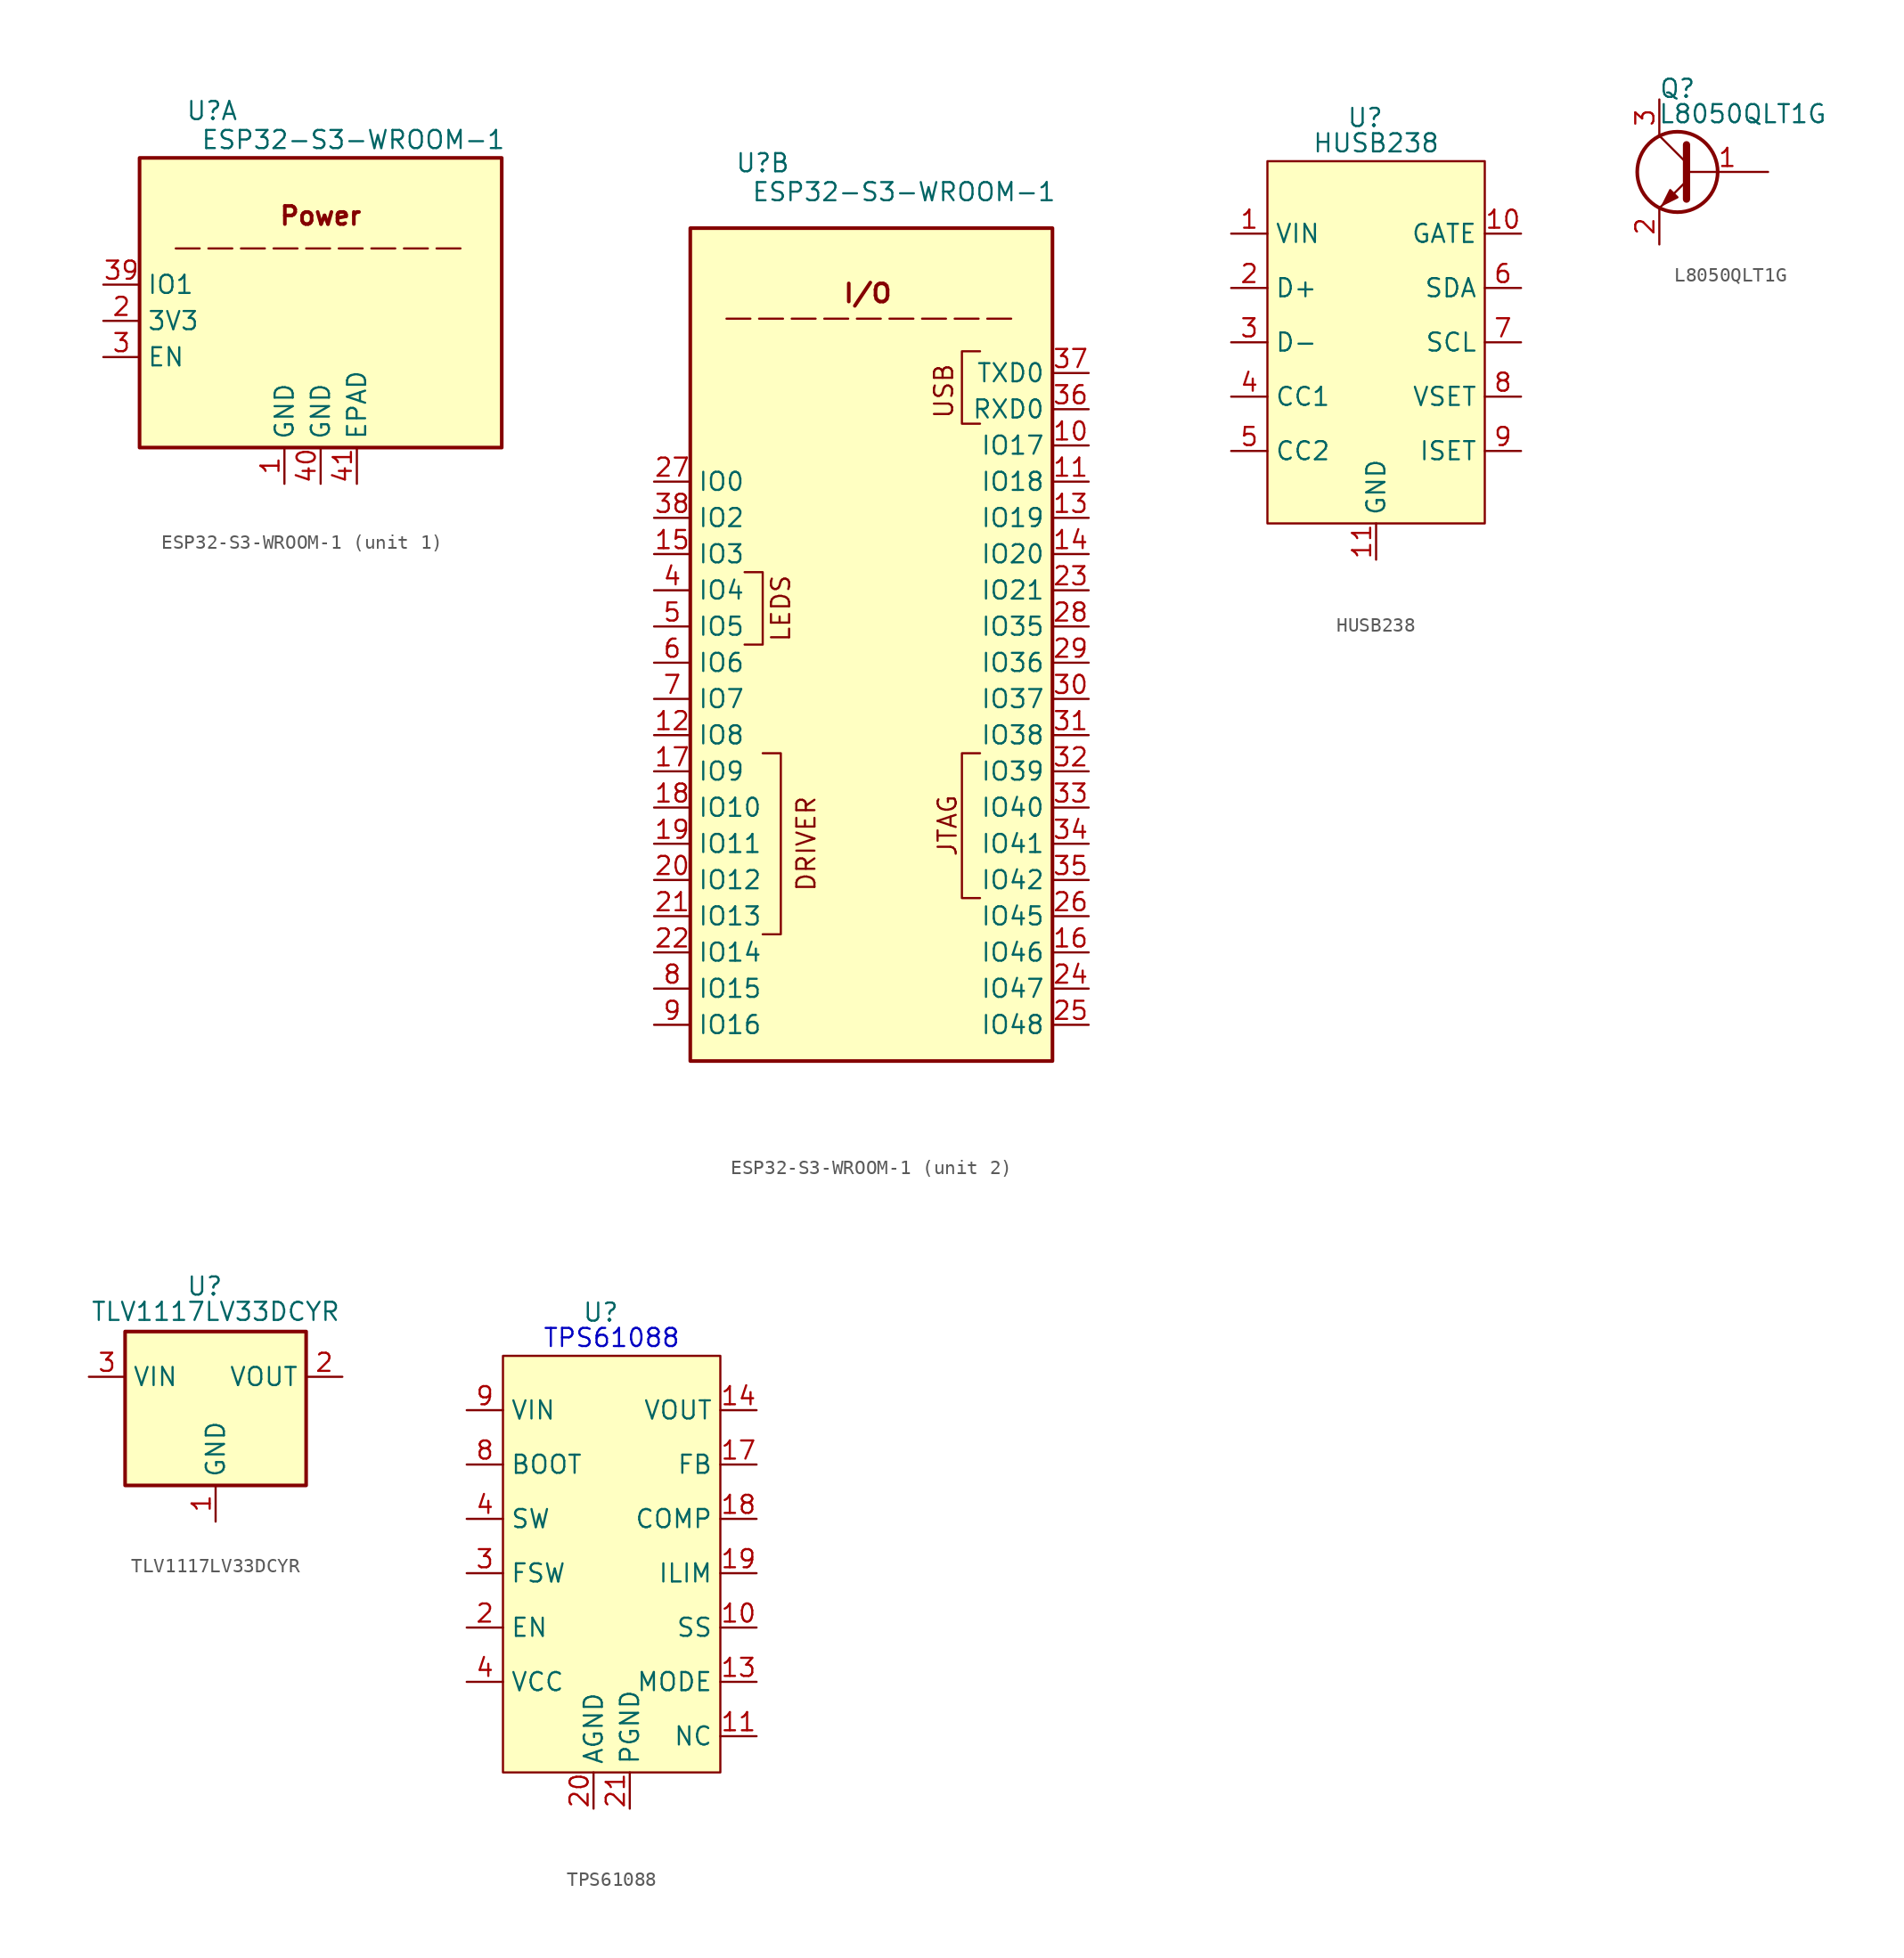
<source format=kicad_sym>
(kicad_symbol_lib
  (version 20231120)
  (generator "kicad_symbol_editor")
  (generator_version "8.0")
  (symbol "ESP32-S3-WROOM-1"
    (property "Reference" "U"
      (at 5.08 2.032 0)
      (do_not_autoplace)
      (effects (font (size 1.27 1.27))))
    (property "Value" "ESP32-S3-WROOM-1"
      (at 14.986 0 0)
      (do_not_autoplace)
      (effects (font (size 1.27 1.27))))
    (symbol "ESP32-S3-WROOM-1_1_1"
      (rectangle (start 0 -1.27) (end 25.4 -21.59) (stroke (width 0.254) (type default)) (fill (type background)))
      (polyline (pts (xy 2.54 -7.62) (xy 22.86 -7.62)) (stroke (width 0) (type dash)) (fill (type none)))
      (text "Power" (at 12.7 -5.334 0) (effects (font (size 1.27 1.27) (thickness 0.254) (bold yes))))
      (pin power_in line (at 10.16 -24.13 90) (length 2.54) (name "GND" (effects (font (size 1.27 1.27)))) (number "1" (effects (font (size 1.27 1.27)))))
      (pin power_in line (at -2.54 -12.7 0) (length 2.54) (name "3V3" (effects (font (size 1.27 1.27)))) (number "2" (effects (font (size 1.27 1.27)))))
      (pin input line (at -2.54 -15.24 0) (length 2.54) (name "EN" (effects (font (size 1.27 1.27)))) (number "3" (effects (font (size 1.27 1.27)))))
      (pin bidirectional line (at -2.54 -10.16 0) (length 2.54) (name "IO1" (effects (font (size 1.27 1.27)))) (number "39" (effects (font (size 1.27 1.27)))))
      (pin passive line (at 12.7 -24.13 90) (length 2.54) (name "GND" (effects (font (size 1.27 1.27)))) (number "40" (effects (font (size 1.27 1.27)))))
      (pin passive line (at 15.24 -24.13 90) (length 2.54) (name "EPAD" (effects (font (size 1.27 1.27)))) (number "41" (effects (font (size 1.27 1.27))))))
    (symbol "ESP32-S3-WROOM-1_2_0"
      (rectangle (start 0 -2.54) (end 25.4 -60.96) (stroke (width 0.254) (type default)) (fill (type background)))
      (text "DRIVER" (at 8.128 -45.72 900) (effects (font (size 1.27 1.27))))
      (text "JTAG" (at 18.034 -44.45 900) (effects (font (size 1.27 1.27))))
      (text "LEDS" (at 6.35 -29.21 900) (effects (font (size 1.27 1.27))))
      (text "USB\n" (at 17.78 -13.97 900) (effects (font (size 1.27 1.27)))))
    (symbol "ESP32-S3-WROOM-1_2_1"
      (polyline (pts (xy 2.54 -8.89) (xy 22.86 -8.89)) (stroke (width 0) (type dash)) (fill (type none)))
      (polyline (pts (xy 3.81 -31.75) (xy 5.08 -31.75) (xy 5.08 -26.67) (xy 3.81 -26.67)) (stroke (width 0) (type default)) (fill (type none)))
      (polyline (pts (xy 5.08 -52.07) (xy 6.35 -52.07) (xy 6.35 -39.37) (xy 5.08 -39.37)) (stroke (width 0) (type default)) (fill (type none)))
      (polyline (pts (xy 20.32 -49.53) (xy 19.05 -49.53) (xy 19.05 -39.37) (xy 20.32 -39.37)) (stroke (width 0) (type default)) (fill (type none)))
      (polyline (pts (xy 20.32 -16.256) (xy 19.05 -16.256) (xy 19.05 -11.176) (xy 20.32 -11.176)) (stroke (width 0) (type default)) (fill (type none)))
      (text "I/O" (at 12.446 -7.112 0) (effects (font (size 1.27 1.27) (thickness 0.254) (bold yes))))
      (pin bidirectional line (at 27.94 -17.78 180) (length 2.54) (name "IO17" (effects (font (size 1.27 1.27)))) (number "10" (effects (font (size 1.27 1.27)))))
      (pin bidirectional line (at 27.94 -20.32 180) (length 2.54) (name "IO18" (effects (font (size 1.27 1.27)))) (number "11" (effects (font (size 1.27 1.27)))))
      (pin bidirectional line (at -2.54 -38.1 0) (length 2.54) (name "IO8" (effects (font (size 1.27 1.27)))) (number "12" (effects (font (size 1.27 1.27)))))
      (pin bidirectional line (at 27.94 -22.86 180) (length 2.54) (name "IO19" (effects (font (size 1.27 1.27)))) (number "13" (effects (font (size 1.27 1.27)))))
      (pin bidirectional line (at 27.94 -25.4 180) (length 2.54) (name "IO20" (effects (font (size 1.27 1.27)))) (number "14" (effects (font (size 1.27 1.27)))))
      (pin bidirectional line (at -2.54 -25.4 0) (length 2.54) (name "IO3" (effects (font (size 1.27 1.27)))) (number "15" (effects (font (size 1.27 1.27)))))
      (pin bidirectional line (at 27.94 -53.34 180) (length 2.54) (name "IO46" (effects (font (size 1.27 1.27)))) (number "16" (effects (font (size 1.27 1.27)))))
      (pin bidirectional line (at -2.54 -40.64 0) (length 2.54) (name "IO9" (effects (font (size 1.27 1.27)))) (number "17" (effects (font (size 1.27 1.27)))))
      (pin bidirectional line (at -2.54 -43.18 0) (length 2.54) (name "IO10" (effects (font (size 1.27 1.27)))) (number "18" (effects (font (size 1.27 1.27)))))
      (pin bidirectional line (at -2.54 -45.72 0) (length 2.54) (name "IO11" (effects (font (size 1.27 1.27)))) (number "19" (effects (font (size 1.27 1.27)))))
      (pin bidirectional line (at -2.54 -48.26 0) (length 2.54) (name "IO12" (effects (font (size 1.27 1.27)))) (number "20" (effects (font (size 1.27 1.27)))))
      (pin bidirectional line (at -2.54 -50.8 0) (length 2.54) (name "IO13" (effects (font (size 1.27 1.27)))) (number "21" (effects (font (size 1.27 1.27)))))
      (pin bidirectional line (at -2.54 -53.34 0) (length 2.54) (name "IO14" (effects (font (size 1.27 1.27)))) (number "22" (effects (font (size 1.27 1.27)))))
      (pin bidirectional line (at 27.94 -27.94 180) (length 2.54) (name "IO21" (effects (font (size 1.27 1.27)))) (number "23" (effects (font (size 1.27 1.27)))))
      (pin bidirectional line (at 27.94 -55.88 180) (length 2.54) (name "IO47" (effects (font (size 1.27 1.27)))) (number "24" (effects (font (size 1.27 1.27)))))
      (pin bidirectional line (at 27.94 -58.42 180) (length 2.54) (name "IO48" (effects (font (size 1.27 1.27)))) (number "25" (effects (font (size 1.27 1.27)))))
      (pin bidirectional line (at 27.94 -50.8 180) (length 2.54) (name "IO45" (effects (font (size 1.27 1.27)))) (number "26" (effects (font (size 1.27 1.27)))))
      (pin bidirectional line (at -2.54 -20.32 0) (length 2.54) (name "IO0" (effects (font (size 1.27 1.27)))) (number "27" (effects (font (size 1.27 1.27)))))
      (pin bidirectional line (at 27.94 -30.48 180) (length 2.54) (name "IO35" (effects (font (size 1.27 1.27)))) (number "28" (effects (font (size 1.27 1.27)))))
      (pin bidirectional line (at 27.94 -33.02 180) (length 2.54) (name "IO36" (effects (font (size 1.27 1.27)))) (number "29" (effects (font (size 1.27 1.27)))))
      (pin bidirectional line (at 27.94 -35.56 180) (length 2.54) (name "IO37" (effects (font (size 1.27 1.27)))) (number "30" (effects (font (size 1.27 1.27)))))
      (pin bidirectional line (at 27.94 -38.1 180) (length 2.54) (name "IO38" (effects (font (size 1.27 1.27)))) (number "31" (effects (font (size 1.27 1.27)))))
      (pin bidirectional line (at 27.94 -40.64 180) (length 2.54) (name "IO39" (effects (font (size 1.27 1.27)))) (number "32" (effects (font (size 1.27 1.27)))))
      (pin bidirectional line (at 27.94 -43.18 180) (length 2.54) (name "IO40" (effects (font (size 1.27 1.27)))) (number "33" (effects (font (size 1.27 1.27)))))
      (pin bidirectional line (at 27.94 -45.72 180) (length 2.54) (name "IO41" (effects (font (size 1.27 1.27)))) (number "34" (effects (font (size 1.27 1.27)))))
      (pin bidirectional line (at 27.94 -48.26 180) (length 2.54) (name "IO42" (effects (font (size 1.27 1.27)))) (number "35" (effects (font (size 1.27 1.27)))))
      (pin bidirectional line (at 27.94 -15.24 180) (length 2.54) (name "RXD0" (effects (font (size 1.27 1.27)))) (number "36" (effects (font (size 1.27 1.27)))))
      (pin bidirectional line (at 27.94 -12.7 180) (length 2.54) (name "TXD0" (effects (font (size 1.27 1.27)))) (number "37" (effects (font (size 1.27 1.27)))))
      (pin bidirectional line (at -2.54 -22.86 0) (length 2.54) (name "IO2" (effects (font (size 1.27 1.27)))) (number "38" (effects (font (size 1.27 1.27)))))
      (pin bidirectional line (at -2.54 -27.94 0) (length 2.54) (name "IO4" (effects (font (size 1.27 1.27)))) (number "4" (effects (font (size 1.27 1.27)))))
      (pin bidirectional line (at -2.54 -30.48 0) (length 2.54) (name "IO5" (effects (font (size 1.27 1.27)))) (number "5" (effects (font (size 1.27 1.27)))))
      (pin bidirectional line (at -2.54 -33.02 0) (length 2.54) (name "IO6" (effects (font (size 1.27 1.27)))) (number "6" (effects (font (size 1.27 1.27)))))
      (pin bidirectional line (at -2.54 -35.56 0) (length 2.54) (name "IO7" (effects (font (size 1.27 1.27)))) (number "7" (effects (font (size 1.27 1.27)))))
      (pin bidirectional line (at -2.54 -55.88 0) (length 2.54) (name "IO15" (effects (font (size 1.27 1.27)))) (number "8" (effects (font (size 1.27 1.27)))))
      (pin bidirectional line (at -2.54 -58.42 0) (length 2.54) (name "IO16" (effects (font (size 1.27 1.27)))) (number "9" (effects (font (size 1.27 1.27)))))))
  (symbol "HUSB238"
    (property "Reference" "U"
      (at -0.762 8.128 0)
      (effects (font (size 1.27 1.27))))
    (property "Value" "HUSB238"
      (at 0 6.35 0)
      (effects (font (size 1.27 1.27))))
    (symbol "HUSB238_1_1"
      (rectangle (start -7.62 5.08) (end 7.62 -20.32) (stroke (width 0) (type default)) (fill (type background)))
      (pin power_in line (at -10.16 0 0) (length 2.54) (name "VIN" (effects (font (size 1.27 1.27)))) (number "1" (effects (font (size 1.27 1.27)))))
      (pin open_collector line (at 10.16 0 180) (length 2.54) (name "GATE" (effects (font (size 1.27 1.27)))) (number "10" (effects (font (size 1.27 1.27)))))
      (pin power_in line (at 0 -22.86 90) (length 2.54) (name "GND" (effects (font (size 1.27 1.27)))) (number "11" (effects (font (size 1.27 1.27)))))
      (pin bidirectional line (at -10.16 -3.81 0) (length 2.54) (name "D+" (effects (font (size 1.27 1.27)))) (number "2" (effects (font (size 1.27 1.27)))))
      (pin bidirectional line (at -10.16 -7.62 0) (length 2.54) (name "D-" (effects (font (size 1.27 1.27)))) (number "3" (effects (font (size 1.27 1.27)))))
      (pin bidirectional line (at -10.16 -11.43 0) (length 2.54) (name "CC1" (effects (font (size 1.27 1.27)))) (number "4" (effects (font (size 1.27 1.27)))))
      (pin bidirectional line (at -10.16 -15.24 0) (length 2.54) (name "CC2" (effects (font (size 1.27 1.27)))) (number "5" (effects (font (size 1.27 1.27)))))
      (pin bidirectional line (at 10.16 -3.81 180) (length 2.54) (name "SDA" (effects (font (size 1.27 1.27)))) (number "6" (effects (font (size 1.27 1.27)))))
      (pin bidirectional line (at 10.16 -7.62 180) (length 2.54) (name "SCL" (effects (font (size 1.27 1.27)))) (number "7" (effects (font (size 1.27 1.27)))))
      (pin input line (at 10.16 -11.43 180) (length 2.54) (name "VSET" (effects (font (size 1.27 1.27)))) (number "8" (effects (font (size 1.27 1.27)))))
      (pin input line (at 10.16 -15.24 180) (length 2.54) (name "ISET" (effects (font (size 1.27 1.27)))) (number "9" (effects (font (size 1.27 1.27)))))))
  (symbol "L8050QLT1G"
    (property "Reference" "Q"
      (at -8.89 0.762 0)
      (effects (font (size 1.27 1.27))))
    (property "Value" "L8050QLT1G"
      (at -4.318 -1.016 0)
      (effects (font (size 1.27 1.27))))
    (symbol "L8050QLT1G_0_1"
      (circle (center -8.89 -5.08) (radius 2.819) (stroke (width 0.254) (type default)) (fill (type none)))
      (polyline (pts (xy -8.255 -4.445) (xy -10.16 -2.54)) (stroke (width 0) (type default)) (fill (type none)))
      (polyline (pts (xy -8.255 -5.715) (xy -10.16 -7.62) (xy -10.16 -7.62)) (stroke (width 0) (type default)) (fill (type none)))
      (polyline (pts (xy -8.255 -3.175) (xy -8.255 -6.985) (xy -8.255 -6.985)) (stroke (width 0.508) (type default)) (fill (type none)))
      (polyline (pts (xy -8.89 -6.858) (xy -9.398 -6.35) (xy -9.906 -7.366) (xy -8.89 -6.858) (xy -8.89 -6.858)) (stroke (width 0) (type default)) (fill (type outline))))
    (symbol "L8050QLT1G_1_1"
      (pin input line (at -2.54 -5.08 180) (length 5.715) (name "" (effects (font (size 1.27 1.27)))) (number "1" (effects (font (size 1.27 1.27)))))
      (pin free line (at -10.16 -10.16 90) (length 2.54) (name "" (effects (font (size 1.27 1.27)))) (number "2" (effects (font (size 1.27 1.27)))))
      (pin passive line (at -10.16 0 270) (length 2.54) (name "" (effects (font (size 1.27 1.27)))) (number "3" (effects (font (size 1.27 1.27)))))))
  (symbol "TLV1117LV33DCYR"
    (property "Reference" "U"
      (at -0.762 0 0)
      (do_not_autoplace)
      (effects (font (size 1.27 1.27))))
    (property "Value" "TLV1117LV33DCYR"
      (at 0 -1.778 0)
      (do_not_autoplace)
      (effects (font (size 1.27 1.27))))
    (symbol "TLV1117LV33DCYR_0_1"
      (rectangle (start -6.35 -3.175) (end 6.35 -13.97) (stroke (width 0.254) (type default)) (fill (type background))))
    (symbol "TLV1117LV33DCYR_1_1"
      (pin power_in line (at 0 -16.51 90) (length 2.54) (name "GND" (effects (font (size 1.27 1.27)))) (number "1" (effects (font (size 1.27 1.27)))))
      (pin power_out line (at 8.89 -6.35 180) (length 2.54) (name "VOUT" (effects (font (size 1.27 1.27)))) (number "2" (effects (font (size 1.27 1.27)))))
      (pin power_in line (at -8.89 -6.35 0) (length 2.54) (name "VIN" (effects (font (size 1.27 1.27)))) (number "3" (effects (font (size 1.27 1.27)))))))
  (symbol "TPS61088"
    (property "Reference" "U"
      (at -0.762 17.018 0)
      (effects (font (size 1.27 1.27))))
    (property "Value" ""
      (at 0 0 0)
      (effects (font (size 1.27 1.27))))
    (symbol "TPS61088_1_1"
      (rectangle (start -7.62 13.97) (end 7.62 -15.24) (stroke (width 0) (type default)) (fill (type background)))
      (text "TPS61088" (at 0 15.24 0) (effects (font (size 1.27 1.27) (color 0 0 194 1))))
      (pin input line (at 10.16 -5.08 180) (length 2.54) (name "SS" (effects (font (size 1.27 1.27)))) (number "10" (effects (font (size 1.27 1.27)))))
      (pin output line (at 10.16 -12.7 180) (length 2.54) (name "NC" (effects (font (size 1.27 1.27)))) (number "11" (effects (font (size 1.27 1.27)))))
      (pin passive line (at 10.16 -12.7 180) (length 2.54) hide (name "NC" (effects (font (size 1.27 1.27)))) (number "12" (effects (font (size 1.27 1.27)))))
      (pin output line (at 10.16 -8.89 180) (length 2.54) (name "MODE" (effects (font (size 1.27 1.27)))) (number "13" (effects (font (size 1.27 1.27)))))
      (pin input line (at 10.16 10.16 180) (length 2.54) (name "VOUT" (effects (font (size 1.27 1.27)))) (number "14" (effects (font (size 1.27 1.27)))))
      (pin passive line (at 10.16 10.16 180) (length 2.54) hide (name "VOUT" (effects (font (size 1.27 1.27)))) (number "15" (effects (font (size 1.27 1.27)))))
      (pin passive line (at 10.16 10.16 180) (length 2.54) hide (name "VOUT" (effects (font (size 1.27 1.27)))) (number "16" (effects (font (size 1.27 1.27)))))
      (pin input line (at 10.16 6.35 180) (length 2.54) (name "FB" (effects (font (size 1.27 1.27)))) (number "17" (effects (font (size 1.27 1.27)))))
      (pin input line (at 10.16 2.54 180) (length 2.54) (name "COMP" (effects (font (size 1.27 1.27)))) (number "18" (effects (font (size 1.27 1.27)))))
      (pin input line (at 10.16 -1.27 180) (length 2.54) (name "ILIM" (effects (font (size 1.27 1.27)))) (number "19" (effects (font (size 1.27 1.27)))))
      (pin input line (at -10.16 -5.08 0) (length 2.54) (name "EN" (effects (font (size 1.27 1.27)))) (number "2" (effects (font (size 1.27 1.27)))))
      (pin power_in line (at -1.27 -17.78 90) (length 2.54) (name "AGND" (effects (font (size 1.27 1.27)))) (number "20" (effects (font (size 1.27 1.27)))))
      (pin power_in line (at 1.27 -17.78 90) (length 2.54) (name "PGND" (effects (font (size 1.27 1.27)))) (number "21" (effects (font (size 1.27 1.27)))))
      (pin input line (at -10.16 -1.27 0) (length 2.54) (name "FSW" (effects (font (size 1.27 1.27)))) (number "3" (effects (font (size 1.27 1.27)))))
      (pin input line (at -10.16 2.54 0) (length 2.54) (name "SW" (effects (font (size 1.27 1.27)))) (number "4" (effects (font (size 1.27 1.27)))))
      (pin output line (at -10.16 -8.89 0) (length 2.54) (name "VCC" (effects (font (size 1.27 1.27)))) (number "4" (effects (font (size 1.27 1.27)))))
      (pin passive line (at -10.16 2.54 0) (length 2.54) hide (name "SW" (effects (font (size 1.27 1.27)))) (number "5" (effects (font (size 1.27 1.27)))))
      (pin passive line (at -10.16 2.54 0) (length 2.54) hide (name "SW" (effects (font (size 1.27 1.27)))) (number "6" (effects (font (size 1.27 1.27)))))
      (pin passive line (at -10.16 2.54 0) (length 2.54) hide (name "SW" (effects (font (size 1.27 1.27)))) (number "7" (effects (font (size 1.27 1.27)))))
      (pin input line (at -10.16 6.35 0) (length 2.54) (name "BOOT" (effects (font (size 1.27 1.27)))) (number "8" (effects (font (size 1.27 1.27)))))
      (pin input line (at -10.16 10.16 0) (length 2.54) (name "VIN" (effects (font (size 1.27 1.27)))) (number "9" (effects (font (size 1.27 1.27))))))))
</source>
